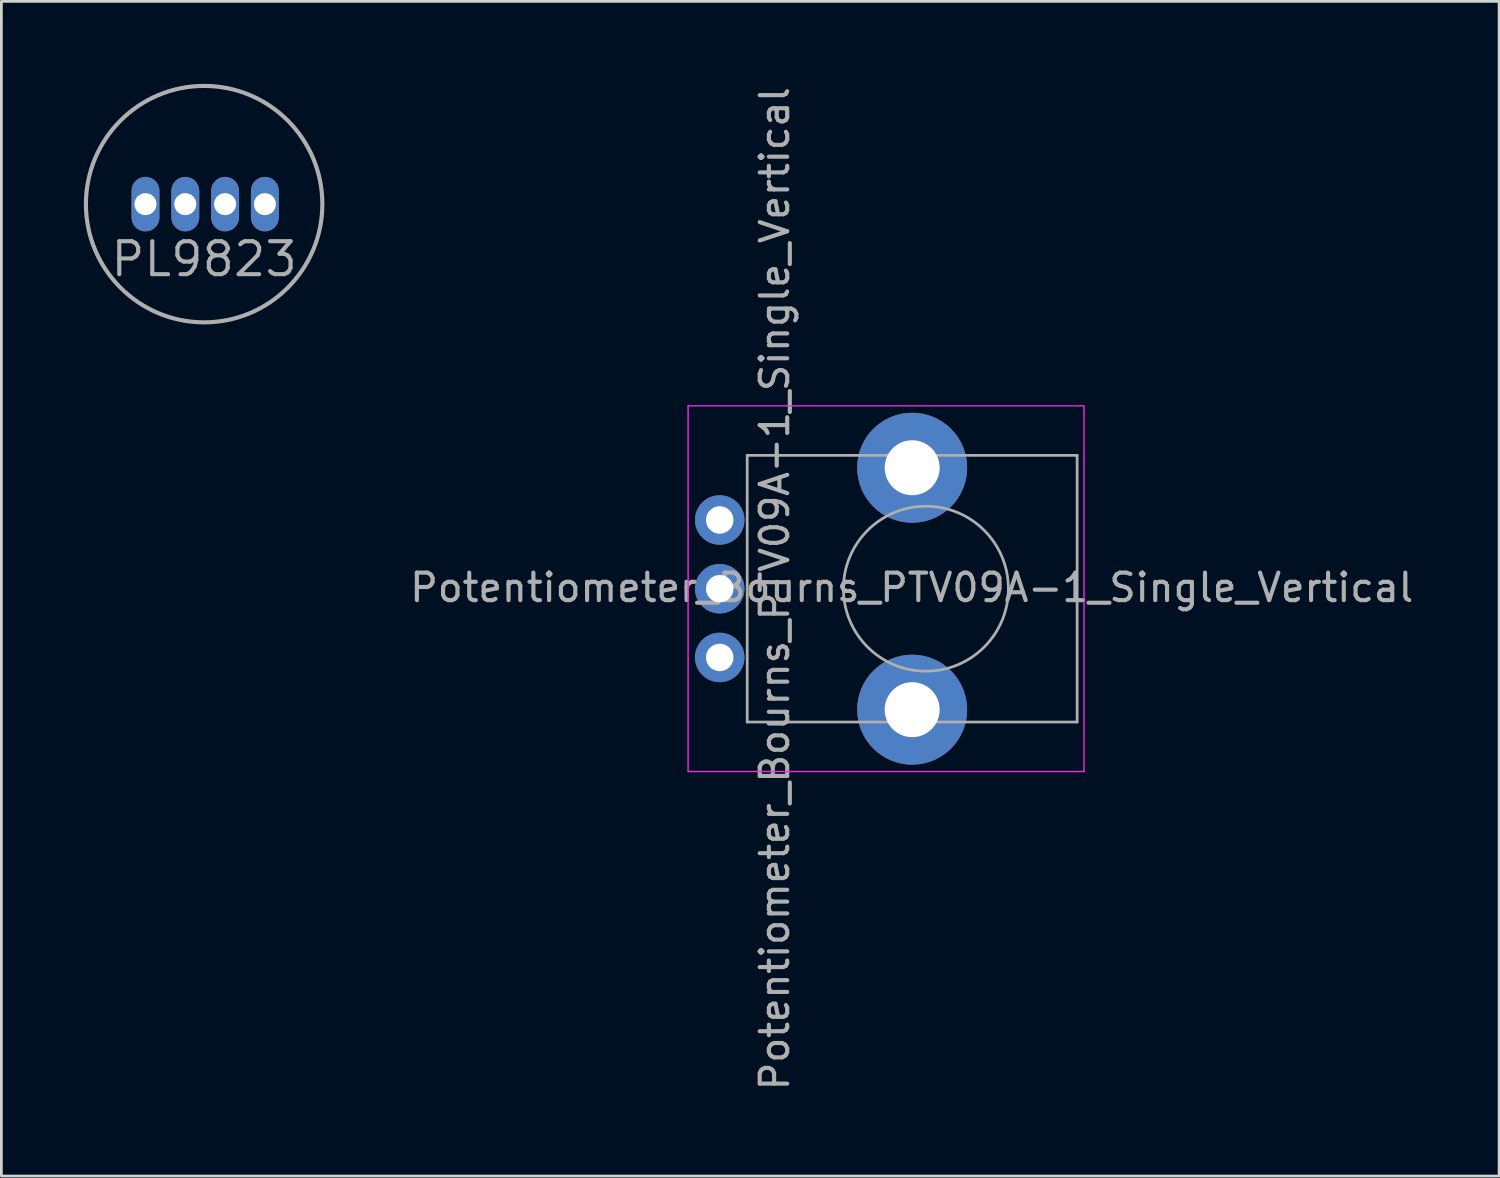
<source format=kicad_pcb>
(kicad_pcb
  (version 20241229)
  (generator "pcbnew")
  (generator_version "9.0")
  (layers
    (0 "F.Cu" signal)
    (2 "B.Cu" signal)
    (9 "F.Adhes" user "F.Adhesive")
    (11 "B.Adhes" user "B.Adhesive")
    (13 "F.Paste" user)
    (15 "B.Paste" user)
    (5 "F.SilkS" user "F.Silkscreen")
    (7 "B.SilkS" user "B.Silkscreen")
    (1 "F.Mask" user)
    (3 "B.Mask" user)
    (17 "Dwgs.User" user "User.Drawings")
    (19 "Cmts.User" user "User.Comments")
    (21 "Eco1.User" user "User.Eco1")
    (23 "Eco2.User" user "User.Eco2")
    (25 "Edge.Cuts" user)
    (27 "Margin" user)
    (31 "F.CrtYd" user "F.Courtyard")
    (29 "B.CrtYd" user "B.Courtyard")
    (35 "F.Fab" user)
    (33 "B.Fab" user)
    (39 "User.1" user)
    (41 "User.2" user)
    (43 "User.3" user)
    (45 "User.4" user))
  (footprint "PL9823"
    (layer "F.Cu")
    (at 4.375 4.375)
    (property "Reference" "PL9823" (at 0 2 0) (layer "F.Fab") (effects (font (size 1.2 1.2) (thickness 0.15))))
    (attr through_hole)
    (fp_circle (center 0 0) (end 4.3 0) (stroke (width 0.15) (type solid)) (fill no) (layer "F.Fab"))
    (pad "1" thru_hole oval (at -2.134 0) (size 1.016 1.981) (drill 0.8) (layers "*.Cu" "*.Mask"))
    (pad "2" thru_hole oval (at -0.686 0) (size 1.016 1.981) (drill 0.8) (layers "*.Cu" "*.Mask"))
    (pad "3" thru_hole oval (at 0.762 0) (size 1.016 1.981) (drill 0.8) (layers "*.Cu" "*.Mask"))
    (pad "4" thru_hole oval (at 2.21 0) (size 1.016 1.981) (drill 0.8) (layers "*.Cu" "*.Mask")))
  (footprint "Potentiometer_Bourns_PTV09A-1_Single_Vertical"
    (layer "F.Cu")
    (at 23.128 20.863)
    (property "Reference" "Potentiometer_Bourns_PTV09A-1_Single_Vertical" (at 6.985 -2.54 0) (layer "F.Fab") (effects (font (size 1 1) (thickness 0.15))))
    (attr through_hole)
    (fp_line (start -1.15 -9.15) (end -1.15 4.15) (stroke (width 0.05) (type solid)) (layer "F.CrtYd"))
    (fp_line (start -1.15 4.15) (end 13.25 4.15) (stroke (width 0.05) (type solid)) (layer "F.CrtYd"))
    (fp_line (start 13.25 -9.15) (end -1.15 -9.15) (stroke (width 0.05) (type solid)) (layer "F.CrtYd"))
    (fp_line (start 13.25 4.15) (end 13.25 -9.15) (stroke (width 0.05) (type solid)) (layer "F.CrtYd"))
    (fp_line (start 1 -7.35) (end 1 2.35) (stroke (width 0.1) (type solid)) (layer "F.Fab"))
    (fp_line (start 1 2.35) (end 13 2.35) (stroke (width 0.1) (type solid)) (layer "F.Fab"))
    (fp_line (start 13 -7.35) (end 1 -7.35) (stroke (width 0.1) (type solid)) (layer "F.Fab"))
    (fp_line (start 13 2.35) (end 13 -7.35) (stroke (width 0.1) (type solid)) (layer "F.Fab"))
    (fp_circle (center 7.5 -2.5) (end 10.5 -2.5) (stroke (width 0.1) (type solid)) (fill no) (layer "F.Fab"))
    (fp_text user "${REFERENCE}" (at 2 -2.5 90) (layer "F.Fab") (effects (font (size 1 1) (thickness 0.15))))
    (pad "" np_thru_hole circle (at 7 -6.9) (size 4 4) (drill 2) (layers "*.Cu" "*.Mask"))
    (pad "" np_thru_hole circle (at 7 1.9) (size 4 4) (drill 2) (layers "*.Cu" "*.Mask"))
    (pad "1" thru_hole circle (at 0 0) (size 1.8 1.8) (drill 1) (layers "*.Cu" "*.Mask"))
    (pad "2" thru_hole circle (at 0 -2.5) (size 1.8 1.8) (drill 1) (layers "*.Cu" "*.Mask"))
    (pad "3" thru_hole circle (at 0 -5) (size 1.8 1.8) (drill 1) (layers "*.Cu" "*.Mask")))
  (gr_rect
    (start -3 -3)
    (end 51.476 39.726)
    (stroke (width 0.1) (type default))
    (fill no)
    (layer "Edge.Cuts")))
</source>
